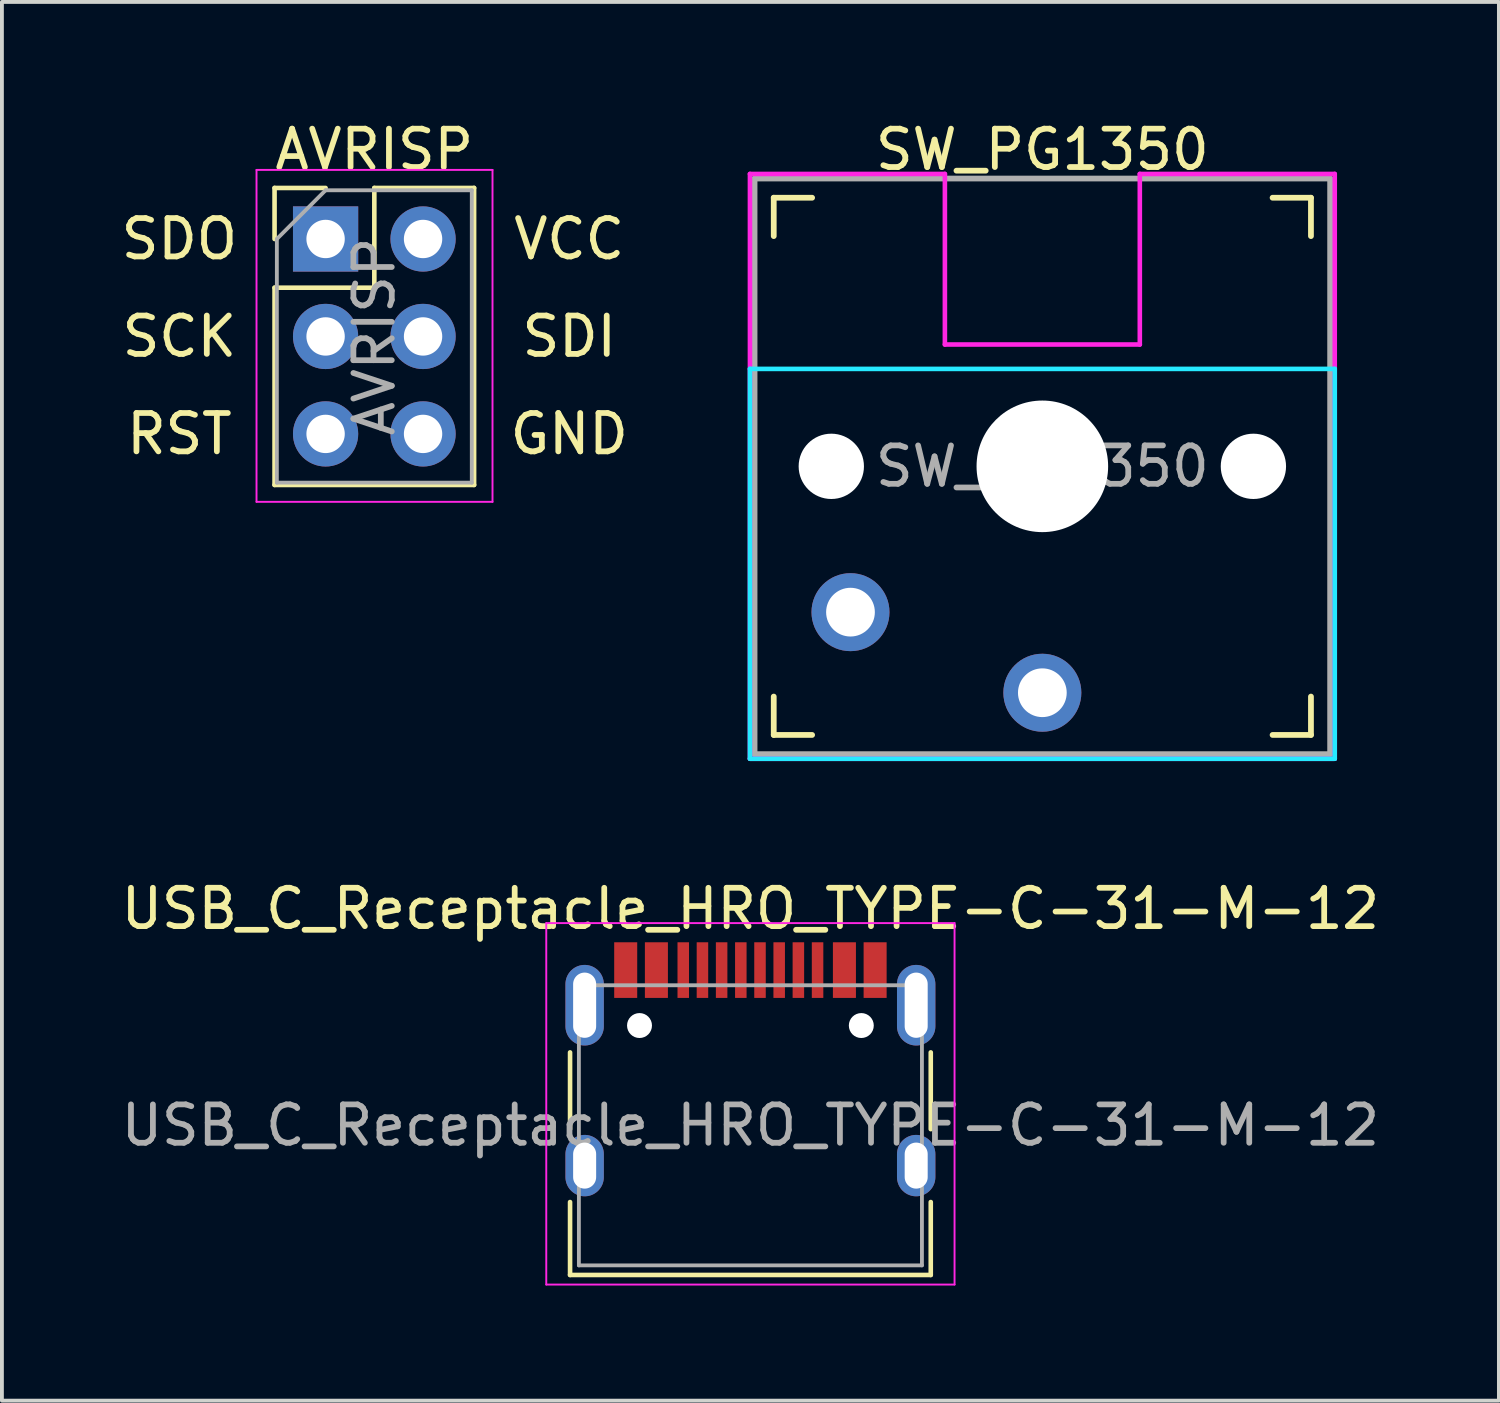
<source format=kicad_pcb>
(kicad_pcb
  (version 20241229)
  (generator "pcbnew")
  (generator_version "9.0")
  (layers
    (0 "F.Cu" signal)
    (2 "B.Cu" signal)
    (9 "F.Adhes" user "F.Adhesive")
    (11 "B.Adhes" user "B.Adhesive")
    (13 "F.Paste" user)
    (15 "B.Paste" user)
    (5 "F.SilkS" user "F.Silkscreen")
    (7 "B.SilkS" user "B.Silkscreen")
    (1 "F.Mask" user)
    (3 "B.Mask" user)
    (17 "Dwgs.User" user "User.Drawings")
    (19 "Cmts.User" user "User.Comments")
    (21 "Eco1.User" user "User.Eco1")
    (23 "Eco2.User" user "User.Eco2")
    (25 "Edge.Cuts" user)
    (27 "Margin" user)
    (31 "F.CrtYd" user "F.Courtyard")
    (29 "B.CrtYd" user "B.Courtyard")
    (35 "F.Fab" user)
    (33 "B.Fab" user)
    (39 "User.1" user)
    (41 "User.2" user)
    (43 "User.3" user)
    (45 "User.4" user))
  (footprint "SW_PG1350"
    (layer "F.Cu")
    (at 24.114 9.103)
    (property "Reference" "SW_PG1350" (at 0 -8.255 0) (layer "F.SilkS") (effects (font (size 1 1) (thickness 0.15))))
    (attr through_hole)
    (fp_line (start -7 -6) (end -7 -7) (stroke (width 0.15) (type solid)) (layer "F.SilkS"))
    (fp_line (start -7 7) (end -7 6) (stroke (width 0.15) (type solid)) (layer "F.SilkS"))
    (fp_line (start -7 7) (end -6 7) (stroke (width 0.15) (type solid)) (layer "F.SilkS"))
    (fp_line (start -6 -7) (end -7 -7) (stroke (width 0.15) (type solid)) (layer "F.SilkS"))
    (fp_line (start 6 7) (end 7 7) (stroke (width 0.15) (type solid)) (layer "F.SilkS"))
    (fp_line (start 7 -7) (end 6 -7) (stroke (width 0.15) (type solid)) (layer "F.SilkS"))
    (fp_line (start 7 -7) (end 7 -6) (stroke (width 0.15) (type solid)) (layer "F.SilkS"))
    (fp_line (start 7 6) (end 7 7) (stroke (width 0.15) (type solid)) (layer "F.SilkS"))
    (fp_line (start -6.9 6.9) (end -6.9 -6.9) (stroke (width 0.15) (type solid)) (layer "Eco2.User"))
    (fp_line (start -6.9 6.9) (end 6.9 6.9) (stroke (width 0.15) (type solid)) (layer "Eco2.User"))
    (fp_line (start -2.6 -3.1) (end -2.6 -6.3) (stroke (width 0.15) (type solid)) (layer "Eco2.User"))
    (fp_line (start -2.6 -3.1) (end 2.6 -3.1) (stroke (width 0.15) (type solid)) (layer "Eco2.User"))
    (fp_line (start 2.6 -6.3) (end -2.6 -6.3) (stroke (width 0.15) (type solid)) (layer "Eco2.User"))
    (fp_line (start 2.6 -3.1) (end 2.6 -6.3) (stroke (width 0.15) (type solid)) (layer "Eco2.User"))
    (fp_line (start 6.9 -6.9) (end -6.9 -6.9) (stroke (width 0.15) (type solid)) (layer "Eco2.User"))
    (fp_line (start 6.9 -6.9) (end 6.9 6.9) (stroke (width 0.15) (type solid)) (layer "Eco2.User"))
    (fp_line (start -7.62 -2.54) (end 7.62 -2.54) (stroke (width 0.12) (type solid)) (layer "B.CrtYd"))
    (fp_line (start -7.62 7.62) (end -7.62 -2.54) (stroke (width 0.12) (type solid)) (layer "B.CrtYd"))
    (fp_line (start 7.62 -2.54) (end 7.62 7.62) (stroke (width 0.12) (type solid)) (layer "B.CrtYd"))
    (fp_line (start 7.62 7.62) (end -7.62 7.62) (stroke (width 0.12) (type solid)) (layer "B.CrtYd"))
    (fp_line (start -7.62 7.62) (end -7.62 -7.62) (stroke (width 0.12) (type solid)) (layer "F.CrtYd"))
    (fp_line (start -2.54 -7.62) (end -7.62 -7.62) (stroke (width 0.12) (type solid)) (layer "F.CrtYd"))
    (fp_line (start -2.54 -3.175) (end -2.54 -7.62) (stroke (width 0.12) (type solid)) (layer "F.CrtYd"))
    (fp_line (start 2.54 -7.62) (end 2.54 -3.175) (stroke (width 0.12) (type solid)) (layer "F.CrtYd"))
    (fp_line (start 2.54 -3.175) (end -2.54 -3.175) (stroke (width 0.12) (type solid)) (layer "F.CrtYd"))
    (fp_line (start 7.62 -7.62) (end 2.54 -7.62) (stroke (width 0.12) (type solid)) (layer "F.CrtYd"))
    (fp_line (start 7.62 -7.62) (end 7.62 7.62) (stroke (width 0.12) (type solid)) (layer "F.CrtYd"))
    (fp_line (start 7.62 7.62) (end -7.62 7.62) (stroke (width 0.12) (type solid)) (layer "F.CrtYd"))
    (fp_line (start -7.5 -7.5) (end 7.5 -7.5) (stroke (width 0.15) (type solid)) (layer "F.Fab"))
    (fp_line (start -7.5 7.5) (end -7.5 -7.5) (stroke (width 0.15) (type solid)) (layer "F.Fab"))
    (fp_line (start 7.5 -7.5) (end 7.5 7.5) (stroke (width 0.15) (type solid)) (layer "F.Fab"))
    (fp_line (start 7.5 7.5) (end -7.5 7.5) (stroke (width 0.15) (type solid)) (layer "F.Fab"))
    (fp_text user "${REFERENCE}" (at 0 0 0) (layer "F.Fab") (effects (font (size 1 1) (thickness 0.15))))
    (pad "" np_thru_hole circle (at -5.5 0) (size 1.702 1.702) (drill 1.702) (layers "*.Cu" "*.Mask"))
    (pad "" np_thru_hole circle (at 0 0) (size 3.429 3.429) (drill 3.429) (layers "*.Cu" "*.Mask"))
    (pad "" np_thru_hole circle (at 5.5 0) (size 1.702 1.702) (drill 1.702) (layers "*.Cu" "*.Mask"))
    (pad "1" thru_hole circle (at 0 5.9) (size 2.032 2.032) (drill 1.27) (layers "*.Cu" "*.Mask"))
    (pad "2" thru_hole circle (at -5 3.8) (size 2.032 2.032) (drill 1.27) (layers "*.Cu" "*.Mask")))
  (footprint "AVRISP"
    (layer "F.Cu")
    (at 5.435 3.178)
    (property "Reference" "AVRISP" (at 1.27 -2.33 0) (layer "F.SilkS") (effects (font (size 1 1) (thickness 0.15))))
    (attr through_hole)
    (fp_line (start -1.33 -1.33) (end 0 -1.33) (stroke (width 0.12) (type solid)) (layer "F.SilkS"))
    (fp_line (start -1.33 0) (end -1.33 -1.33) (stroke (width 0.12) (type solid)) (layer "F.SilkS"))
    (fp_line (start -1.33 1.27) (end -1.33 6.41) (stroke (width 0.12) (type solid)) (layer "F.SilkS"))
    (fp_line (start -1.33 1.27) (end 1.27 1.27) (stroke (width 0.12) (type solid)) (layer "F.SilkS"))
    (fp_line (start -1.33 6.41) (end 3.87 6.41) (stroke (width 0.12) (type solid)) (layer "F.SilkS"))
    (fp_line (start 1.27 -1.33) (end 3.87 -1.33) (stroke (width 0.12) (type solid)) (layer "F.SilkS"))
    (fp_line (start 1.27 1.27) (end 1.27 -1.33) (stroke (width 0.12) (type solid)) (layer "F.SilkS"))
    (fp_line (start 3.87 -1.33) (end 3.87 6.41) (stroke (width 0.12) (type solid)) (layer "F.SilkS"))
    (fp_line (start -1.8 -1.8) (end -1.8 6.85) (stroke (width 0.05) (type solid)) (layer "F.CrtYd"))
    (fp_line (start -1.8 6.85) (end 4.35 6.85) (stroke (width 0.05) (type solid)) (layer "F.CrtYd"))
    (fp_line (start 4.35 -1.8) (end -1.8 -1.8) (stroke (width 0.05) (type solid)) (layer "F.CrtYd"))
    (fp_line (start 4.35 6.85) (end 4.35 -1.8) (stroke (width 0.05) (type solid)) (layer "F.CrtYd"))
    (fp_line (start -1.27 0) (end 0 -1.27) (stroke (width 0.1) (type solid)) (layer "F.Fab"))
    (fp_line (start -1.27 6.35) (end -1.27 0) (stroke (width 0.1) (type solid)) (layer "F.Fab"))
    (fp_line (start 0 -1.27) (end 3.81 -1.27) (stroke (width 0.1) (type solid)) (layer "F.Fab"))
    (fp_line (start 3.81 -1.27) (end 3.81 6.35) (stroke (width 0.1) (type solid)) (layer "F.Fab"))
    (fp_line (start 3.81 6.35) (end -1.27 6.35) (stroke (width 0.1) (type solid)) (layer "F.Fab"))
    (fp_text user "RST" (at -3.81 5.08 0) (layer "F.SilkS") (effects (font (size 1 1) (thickness 0.15))))
    (fp_text user "GND" (at 6.35 5.08 0) (layer "F.SilkS") (effects (font (size 1 1) (thickness 0.15))))
    (fp_text user "VCC" (at 6.35 0 0) (layer "F.SilkS") (effects (font (size 1 1) (thickness 0.15))))
    (fp_text user "SDI" (at 6.35 2.54 0) (layer "F.SilkS") (effects (font (size 1 1) (thickness 0.15))))
    (fp_text user "SCK" (at -3.81 2.54 0) (layer "F.SilkS") (effects (font (size 1 1) (thickness 0.15))))
    (fp_text user "SDO" (at -3.81 0 0) (layer "F.SilkS") (effects (font (size 1 1) (thickness 0.15))))
    (fp_text user "${REFERENCE}" (at 1.27 2.54 90) (layer "F.Fab") (effects (font (size 1 1) (thickness 0.15))))
    (pad "1" thru_hole rect (at 0 0) (size 1.7 1.7) (drill 1) (layers "*.Cu" "*.Mask"))
    (pad "2" thru_hole oval (at 2.54 0) (size 1.7 1.7) (drill 1) (layers "*.Cu" "*.Mask"))
    (pad "3" thru_hole oval (at 0 2.54) (size 1.7 1.7) (drill 1) (layers "*.Cu" "*.Mask"))
    (pad "4" thru_hole oval (at 2.54 2.54) (size 1.7 1.7) (drill 1) (layers "*.Cu" "*.Mask"))
    (pad "5" thru_hole oval (at 0 5.08) (size 1.7 1.7) (drill 1) (layers "*.Cu" "*.Mask"))
    (pad "6" thru_hole oval (at 2.54 5.08) (size 1.7 1.7) (drill 1) (layers "*.Cu" "*.Mask")))
  (footprint "USB_C_Receptacle_HRO_TYPE-C-31-M-12"
    (layer "F.Cu")
    (at 16.506 26.276)
    (property "Reference" "USB_C_Receptacle_HRO_TYPE-C-31-M-12" (at 0 -5.645 0) (layer "F.SilkS") (effects (font (size 1 1) (thickness 0.15))))
    (attr smd)
    (fp_line (start -4.7 -1.9) (end -4.7 0.1) (stroke (width 0.12) (type solid)) (layer "F.SilkS"))
    (fp_line (start -4.7 2) (end -4.7 3.9) (stroke (width 0.12) (type solid)) (layer "F.SilkS"))
    (fp_line (start -4.7 3.9) (end 4.7 3.9) (stroke (width 0.12) (type solid)) (layer "F.SilkS"))
    (fp_line (start 4.7 -1.9) (end 4.7 0.1) (stroke (width 0.12) (type solid)) (layer "F.SilkS"))
    (fp_line (start 4.7 2) (end 4.7 3.9) (stroke (width 0.12) (type solid)) (layer "F.SilkS"))
    (fp_line (start -5.32 -5.27) (end -5.32 4.15) (stroke (width 0.05) (type solid)) (layer "F.CrtYd"))
    (fp_line (start -5.32 -5.27) (end 5.32 -5.27) (stroke (width 0.05) (type solid)) (layer "F.CrtYd"))
    (fp_line (start -5.32 4.15) (end 5.32 4.15) (stroke (width 0.05) (type solid)) (layer "F.CrtYd"))
    (fp_line (start 5.32 -5.27) (end 5.32 4.15) (stroke (width 0.05) (type solid)) (layer "F.CrtYd"))
    (fp_line (start -4.47 -3.65) (end -4.47 3.65) (stroke (width 0.1) (type solid)) (layer "F.Fab"))
    (fp_line (start -4.47 -3.65) (end 4.47 -3.65) (stroke (width 0.1) (type solid)) (layer "F.Fab"))
    (fp_line (start -4.47 3.65) (end 4.47 3.65) (stroke (width 0.1) (type solid)) (layer "F.Fab"))
    (fp_line (start 4.47 -3.65) (end 4.47 3.65) (stroke (width 0.1) (type solid)) (layer "F.Fab"))
    (fp_text user "${REFERENCE}" (at 0 0 0) (layer "F.Fab") (effects (font (size 1 1) (thickness 0.15))))
    (pad "" np_thru_hole circle (at -2.89 -2.6) (size 0.65 0.65) (drill 0.65) (layers "*.Cu" "*.Mask"))
    (pad "" np_thru_hole circle (at 2.89 -2.6) (size 0.65 0.65) (drill 0.65) (layers "*.Cu" "*.Mask"))
    (pad "A1" smd rect (at -3.25 -4.045) (size 0.6 1.45) (layers "F.Cu" "F.Mask" "F.Paste"))
    (pad "A4" smd rect (at -2.45 -4.045) (size 0.6 1.45) (layers "F.Cu" "F.Mask" "F.Paste"))
    (pad "A5" smd rect (at -1.25 -4.045) (size 0.3 1.45) (layers "F.Cu" "F.Mask" "F.Paste"))
    (pad "A6" smd rect (at -0.25 -4.045) (size 0.3 1.45) (layers "F.Cu" "F.Mask" "F.Paste"))
    (pad "A7" smd rect (at 0.25 -4.045) (size 0.3 1.45) (layers "F.Cu" "F.Mask" "F.Paste"))
    (pad "A8" smd rect (at 1.25 -4.045) (size 0.3 1.45) (layers "F.Cu" "F.Mask" "F.Paste"))
    (pad "B1" smd rect (at 3.25 -4.045) (size 0.6 1.45) (layers "F.Cu" "F.Mask" "F.Paste"))
    (pad "B4" smd rect (at 2.45 -4.045) (size 0.6 1.45) (layers "F.Cu" "F.Mask" "F.Paste"))
    (pad "B5" smd rect (at 1.75 -4.045) (size 0.3 1.45) (layers "F.Cu" "F.Mask" "F.Paste"))
    (pad "B6" smd rect (at 0.75 -4.045) (size 0.3 1.45) (layers "F.Cu" "F.Mask" "F.Paste"))
    (pad "B7" smd rect (at -0.75 -4.045) (size 0.3 1.45) (layers "F.Cu" "F.Mask" "F.Paste"))
    (pad "B8" smd rect (at -1.75 -4.045) (size 0.3 1.45) (layers "F.Cu" "F.Mask" "F.Paste"))
    (pad "S1" thru_hole oval (at -4.32 -3.13) (size 1 2.1) (drill oval 0.6 1.7) (layers "*.Cu" "*.Mask"))
    (pad "S1" thru_hole oval (at -4.32 1.05) (size 1 1.6) (drill oval 0.6 1.2) (layers "*.Cu" "*.Mask"))
    (pad "S1" thru_hole oval (at 4.32 -3.13) (size 1 2.1) (drill oval 0.6 1.7) (layers "*.Cu" "*.Mask"))
    (pad "S1" thru_hole oval (at 4.32 1.05) (size 1 1.6) (drill oval 0.6 1.2) (layers "*.Cu" "*.Mask")))
  (gr_rect
    (start -3 -3)
    (end 36.012 33.452)
    (stroke (width 0.1) (type default))
    (fill no)
    (layer "Edge.Cuts")))
</source>
